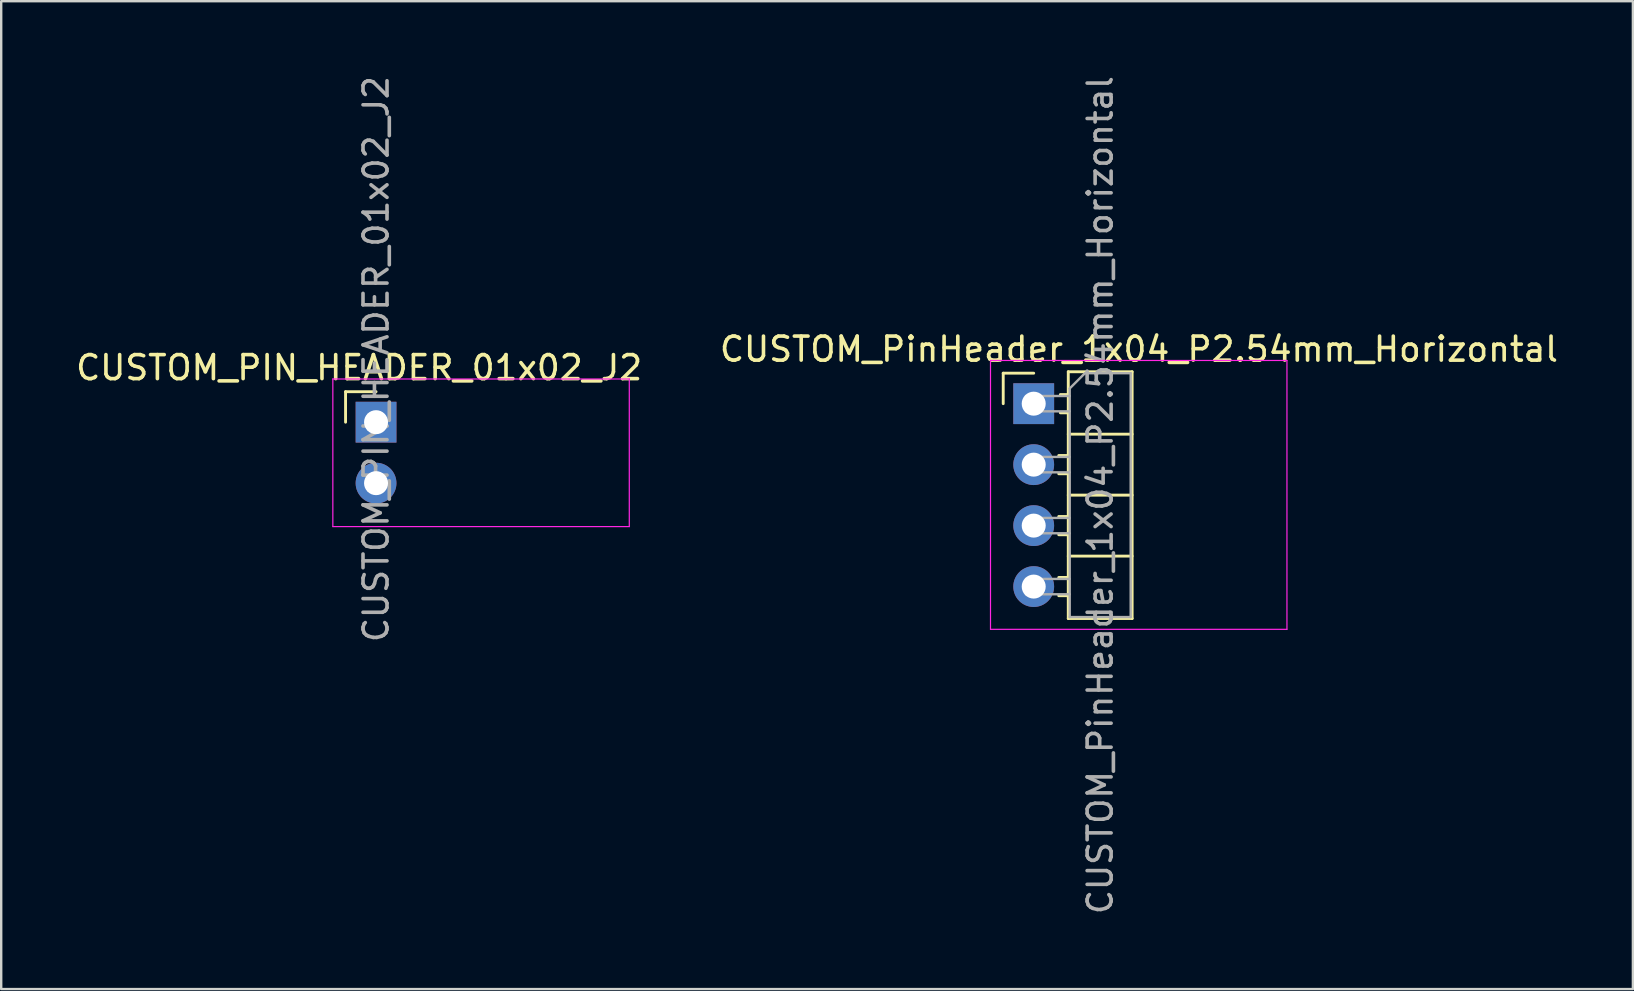
<source format=kicad_pcb>
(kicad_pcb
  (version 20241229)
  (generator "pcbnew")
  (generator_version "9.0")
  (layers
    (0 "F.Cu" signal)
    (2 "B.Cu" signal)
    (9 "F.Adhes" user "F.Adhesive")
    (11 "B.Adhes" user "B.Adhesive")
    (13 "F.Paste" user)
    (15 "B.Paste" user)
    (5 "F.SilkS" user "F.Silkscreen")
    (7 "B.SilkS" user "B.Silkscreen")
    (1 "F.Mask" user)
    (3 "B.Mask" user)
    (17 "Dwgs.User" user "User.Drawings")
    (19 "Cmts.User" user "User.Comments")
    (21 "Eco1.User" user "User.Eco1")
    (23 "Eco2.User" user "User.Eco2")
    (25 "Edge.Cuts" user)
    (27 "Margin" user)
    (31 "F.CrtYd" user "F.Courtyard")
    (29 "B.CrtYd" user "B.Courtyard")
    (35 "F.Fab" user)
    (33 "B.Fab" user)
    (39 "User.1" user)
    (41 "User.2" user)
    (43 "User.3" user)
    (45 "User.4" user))
  (footprint "CUSTOM_PinHeader_1x04_P2.54mm_Horizontal"
    (layer "F.Cu")
    (at 40.014 13.767)
    (property "Reference" "CUSTOM_PinHeader_1x04_P2.54mm_Horizontal" (at 4.385 -2.27 0) (layer "F.SilkS") (effects (font (size 1 1) (thickness 0.15))))
    (attr through_hole)
    (fp_line (start -1.27 -1.27) (end 0 -1.27) (stroke (width 0.12) (type solid)) (layer "F.SilkS"))
    (fp_line (start -1.27 0) (end -1.27 -1.27) (stroke (width 0.12) (type solid)) (layer "F.SilkS"))
    (fp_line (start 1.043 2.16) (end 1.44 2.16) (stroke (width 0.12) (type solid)) (layer "F.SilkS"))
    (fp_line (start 1.043 2.92) (end 1.44 2.92) (stroke (width 0.12) (type solid)) (layer "F.SilkS"))
    (fp_line (start 1.043 4.7) (end 1.44 4.7) (stroke (width 0.12) (type solid)) (layer "F.SilkS"))
    (fp_line (start 1.043 5.46) (end 1.44 5.46) (stroke (width 0.12) (type solid)) (layer "F.SilkS"))
    (fp_line (start 1.043 7.24) (end 1.44 7.24) (stroke (width 0.12) (type solid)) (layer "F.SilkS"))
    (fp_line (start 1.043 8) (end 1.44 8) (stroke (width 0.12) (type solid)) (layer "F.SilkS"))
    (fp_line (start 1.11 -0.38) (end 1.44 -0.38) (stroke (width 0.12) (type solid)) (layer "F.SilkS"))
    (fp_line (start 1.11 0.38) (end 1.44 0.38) (stroke (width 0.12) (type solid)) (layer "F.SilkS"))
    (fp_line (start 1.44 -1.33) (end 1.44 8.95) (stroke (width 0.12) (type solid)) (layer "F.SilkS"))
    (fp_line (start 1.44 1.27) (end 4.1 1.27) (stroke (width 0.12) (type solid)) (layer "F.SilkS"))
    (fp_line (start 1.44 3.81) (end 4.1 3.81) (stroke (width 0.12) (type solid)) (layer "F.SilkS"))
    (fp_line (start 1.44 6.35) (end 4.1 6.35) (stroke (width 0.12) (type solid)) (layer "F.SilkS"))
    (fp_line (start 1.44 8.95) (end 4.1 8.95) (stroke (width 0.12) (type solid)) (layer "F.SilkS"))
    (fp_line (start 4.1 -1.33) (end 1.44 -1.33) (stroke (width 0.12) (type solid)) (layer "F.SilkS"))
    (fp_line (start 4.1 8.95) (end 4.1 -1.33) (stroke (width 0.12) (type solid)) (layer "F.SilkS"))
    (fp_line (start -1.8 -1.8) (end -1.8 9.4) (stroke (width 0.05) (type solid)) (layer "F.CrtYd"))
    (fp_line (start -1.8 9.4) (end 10.55 9.4) (stroke (width 0.05) (type solid)) (layer "F.CrtYd"))
    (fp_line (start 10.55 -1.8) (end -1.8 -1.8) (stroke (width 0.05) (type solid)) (layer "F.CrtYd"))
    (fp_line (start 10.55 9.4) (end 10.55 -1.8) (stroke (width 0.05) (type solid)) (layer "F.CrtYd"))
    (fp_line (start -0.32 -0.32) (end -0.32 0.32) (stroke (width 0.1) (type solid)) (layer "F.Fab"))
    (fp_line (start -0.32 -0.32) (end 1.5 -0.32) (stroke (width 0.1) (type solid)) (layer "F.Fab"))
    (fp_line (start -0.32 0.32) (end 1.5 0.32) (stroke (width 0.1) (type solid)) (layer "F.Fab"))
    (fp_line (start -0.32 2.22) (end -0.32 2.86) (stroke (width 0.1) (type solid)) (layer "F.Fab"))
    (fp_line (start -0.32 2.22) (end 1.5 2.22) (stroke (width 0.1) (type solid)) (layer "F.Fab"))
    (fp_line (start -0.32 2.86) (end 1.5 2.86) (stroke (width 0.1) (type solid)) (layer "F.Fab"))
    (fp_line (start -0.32 4.76) (end -0.32 5.4) (stroke (width 0.1) (type solid)) (layer "F.Fab"))
    (fp_line (start -0.32 4.76) (end 1.5 4.76) (stroke (width 0.1) (type solid)) (layer "F.Fab"))
    (fp_line (start -0.32 5.4) (end 1.5 5.4) (stroke (width 0.1) (type solid)) (layer "F.Fab"))
    (fp_line (start -0.32 7.3) (end -0.32 7.94) (stroke (width 0.1) (type solid)) (layer "F.Fab"))
    (fp_line (start -0.32 7.3) (end 1.5 7.3) (stroke (width 0.1) (type solid)) (layer "F.Fab"))
    (fp_line (start -0.32 7.94) (end 1.5 7.94) (stroke (width 0.1) (type solid)) (layer "F.Fab"))
    (fp_line (start 1.5 -0.635) (end 2.135 -1.27) (stroke (width 0.1) (type solid)) (layer "F.Fab"))
    (fp_line (start 1.5 8.89) (end 1.5 -0.635) (stroke (width 0.1) (type solid)) (layer "F.Fab"))
    (fp_line (start 2.135 -1.27) (end 4.04 -1.27) (stroke (width 0.1) (type solid)) (layer "F.Fab"))
    (fp_line (start 4.04 -1.27) (end 4.04 8.89) (stroke (width 0.1) (type solid)) (layer "F.Fab"))
    (fp_line (start 4.04 8.89) (end 1.5 8.89) (stroke (width 0.1) (type solid)) (layer "F.Fab"))
    (fp_text user "${REFERENCE}" (at 2.77 3.81 90) (layer "F.Fab") (effects (font (size 1 1) (thickness 0.15))))
    (pad "1" thru_hole rect (at 0 0) (size 1.7 1.7) (drill 1) (layers "*.Cu" "*.Mask"))
    (pad "2" thru_hole oval (at 0 2.54) (size 1.7 1.7) (drill 1) (layers "*.Cu" "*.Mask"))
    (pad "3" thru_hole oval (at 0 5.08) (size 1.7 1.7) (drill 1) (layers "*.Cu" "*.Mask"))
    (pad "4" thru_hole oval (at 0 7.62) (size 1.7 1.7) (drill 1) (layers "*.Cu" "*.Mask")))
  (footprint "CUSTOM_PIN_HEADER_01x02_J2"
    (layer "F.Cu")
    (at 12.616 14.538)
    (property "Reference" "CUSTOM_PIN_HEADER_01x02_J2" (at -0.705 -2.27 0) (layer "F.SilkS") (effects (font (size 1 1) (thickness 0.15))))
    (attr through_hole)
    (fp_line (start -1.27 -1.27) (end 0 -1.27) (stroke (width 0.12) (type solid)) (layer "F.SilkS"))
    (fp_line (start -1.27 0) (end -1.27 -1.27) (stroke (width 0.12) (type solid)) (layer "F.SilkS"))
    (fp_line (start -1.8 -1.8) (end -1.8 4.35) (stroke (width 0.05) (type solid)) (layer "F.CrtYd"))
    (fp_line (start -1.8 4.35) (end 10.55 4.35) (stroke (width 0.05) (type solid)) (layer "F.CrtYd"))
    (fp_line (start 10.55 -1.8) (end -1.8 -1.8) (stroke (width 0.05) (type solid)) (layer "F.CrtYd"))
    (fp_line (start 10.55 4.35) (end 10.55 -1.8) (stroke (width 0.05) (type solid)) (layer "F.CrtYd"))
    (fp_line (start -0.32 -0.32) (end -0.32 0.32) (stroke (width 0.1) (type solid)) (layer "F.Fab"))
    (fp_line (start -0.32 2.22) (end -0.32 2.86) (stroke (width 0.1) (type solid)) (layer "F.Fab"))
    (fp_text user "${REFERENCE}" (at 0.002 -2.628 270) (layer "F.Fab") (effects (font (size 1 1) (thickness 0.15))))
    (pad "1" thru_hole rect (at 0 0) (size 1.7 1.7) (drill 1) (layers "*.Cu" "*.Mask"))
    (pad "2" thru_hole oval (at 0 2.54) (size 1.7 1.7) (drill 1) (layers "*.Cu" "*.Mask")))
  (gr_rect
    (start -3 -3)
    (end 64.976 38.155)
    (stroke (width 0.1) (type default))
    (fill no)
    (layer "Edge.Cuts")))
</source>
